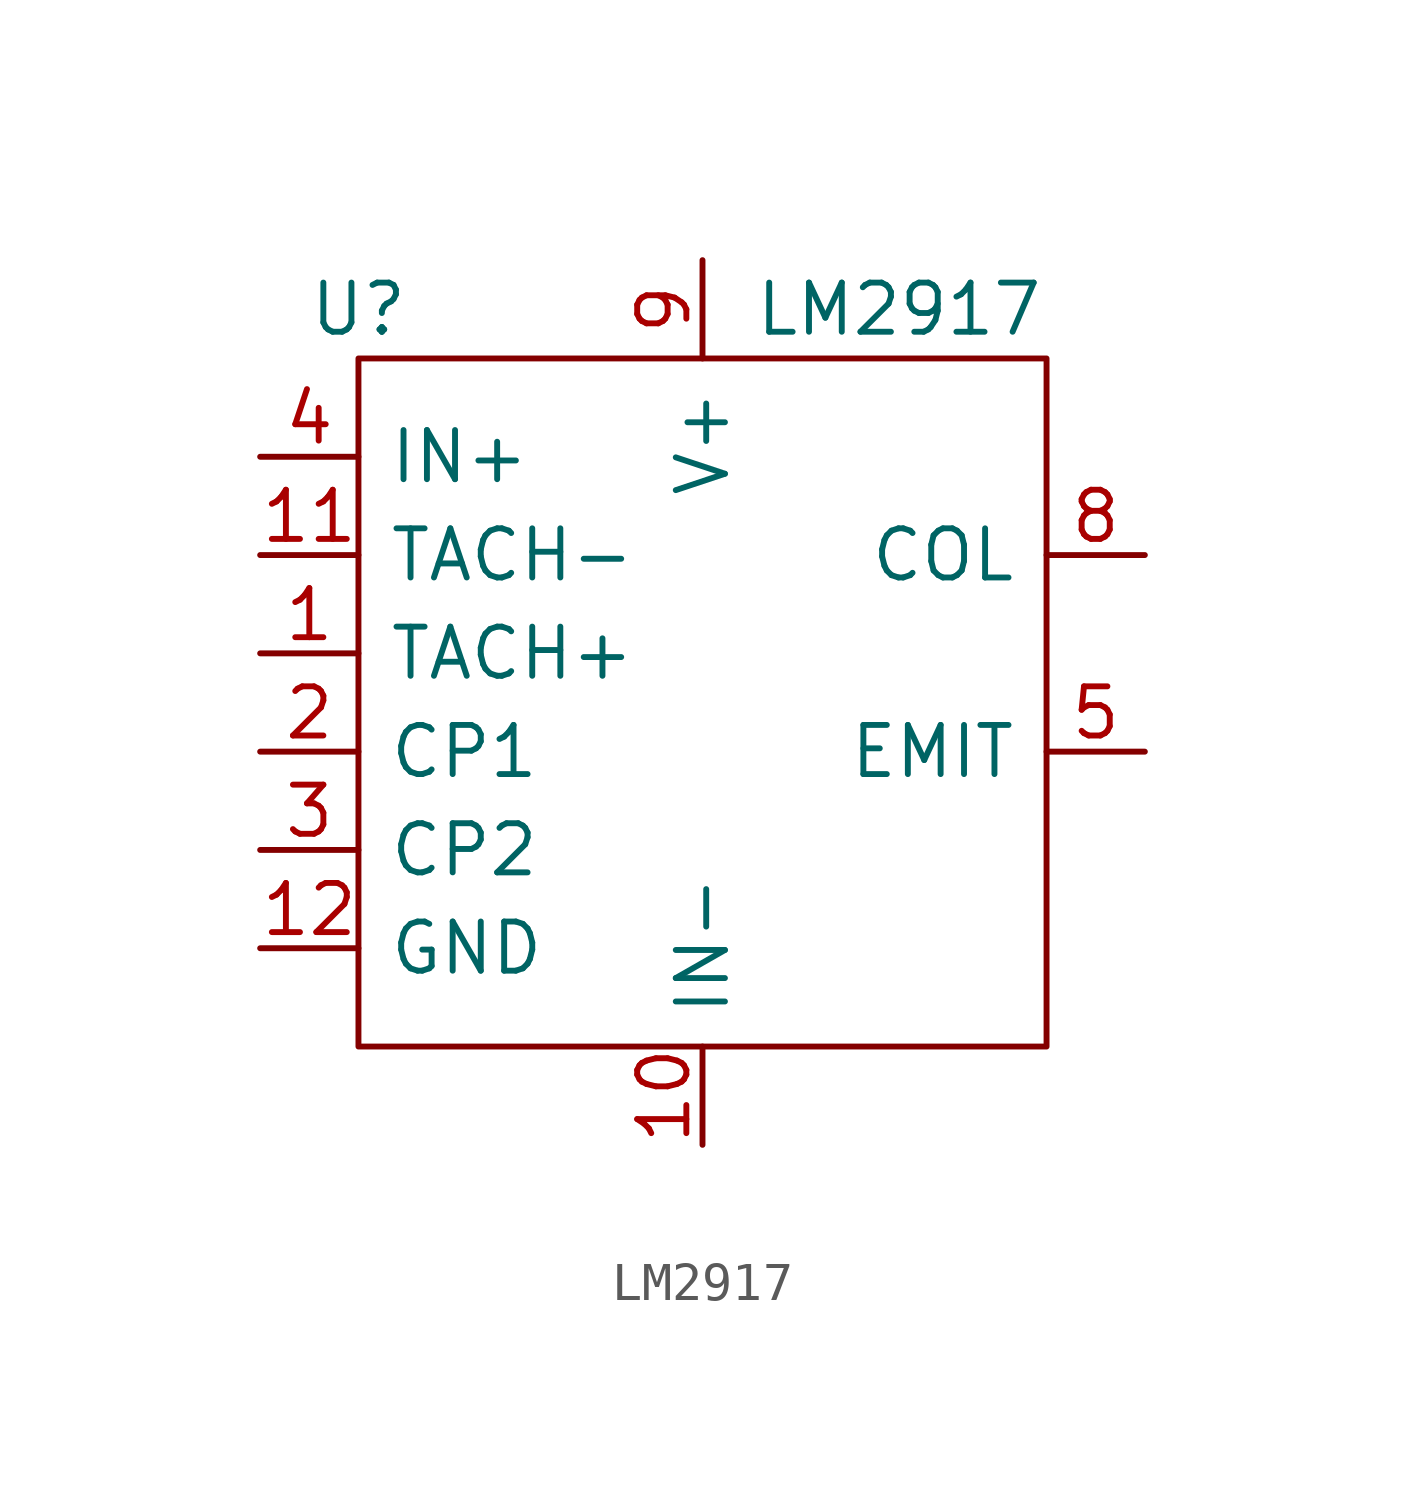
<source format=kicad_sym>
(kicad_symbol_lib
  (version 20211014)
  (generator kicad_symbol_editor)
  (symbol "LM2917"
    (pin_names
      (offset 0.762))
    (property "Reference" "U"
      (at -6.35 7.62 0)
      (effects (font (size 1.27 1.27))))
    (property "Value" "LM2917"
      (at 7.62 7.62 0)
      (effects (font (size 1.27 1.27))))
    (symbol "LM2917_0_1"
      (rectangle (start -6.35 6.35) (end 11.43 -11.43) (stroke (width 0) (type default) (color 0 0 0 0)) (fill (type none))))
    (symbol "LM2917_1_1"
      (pin input line (at -8.89 -1.27 0) (length 2.54) (name "TACH+" (effects (font (size 1.27 1.27)))) (number "1" (effects (font (size 1.27 1.27)))))
      (pin input line (at 2.54 -13.97 90) (length 2.54) (name "IN-" (effects (font (size 1.27 1.27)))) (number "10" (effects (font (size 1.27 1.27)))))
      (pin input line (at -8.89 1.27 0) (length 2.54) (name "TACH-" (effects (font (size 1.27 1.27)))) (number "11" (effects (font (size 1.27 1.27)))))
      (pin power_in line (at -8.89 -8.89 0) (length 2.54) (name "GND" (effects (font (size 1.27 1.27)))) (number "12" (effects (font (size 1.27 1.27)))))
      (pin no_connect line (at 13.97 -6.35 180) (length 2.54) hide (name "" (effects (font (size 1.27 1.27)))) (number "13" (effects (font (size 1.27 1.27)))))
      (pin no_connect line (at 13.97 -8.89 180) (length 2.54) hide (name "" (effects (font (size 1.27 1.27)))) (number "14" (effects (font (size 1.27 1.27)))))
      (pin output line (at -8.89 -3.81 0) (length 2.54) (name "CP1" (effects (font (size 1.27 1.27)))) (number "2" (effects (font (size 1.27 1.27)))))
      (pin output line (at -8.89 -6.35 0) (length 2.54) (name "CP2" (effects (font (size 1.27 1.27)))) (number "3" (effects (font (size 1.27 1.27)))))
      (pin input line (at -8.89 3.81 0) (length 2.54) (name "IN+" (effects (font (size 1.27 1.27)))) (number "4" (effects (font (size 1.27 1.27)))))
      (pin output line (at 13.97 -3.81 180) (length 2.54) (name "EMIT" (effects (font (size 1.27 1.27)))) (number "5" (effects (font (size 1.27 1.27)))))
      (pin no_connect line (at 13.97 3.81 180) (length 2.54) hide (name "" (effects (font (size 1.27 1.27)))) (number "6" (effects (font (size 1.27 1.27)))))
      (pin no_connect line (at 13.97 -1.27 180) (length 2.54) hide (name "" (effects (font (size 1.27 1.27)))) (number "7" (effects (font (size 1.27 1.27)))))
      (pin output line (at 13.97 1.27 180) (length 2.54) (name "COL" (effects (font (size 1.27 1.27)))) (number "8" (effects (font (size 1.27 1.27)))))
      (pin power_in line (at 2.54 8.89 270) (length 2.54) (name "V+" (effects (font (size 1.27 1.27)))) (number "9" (effects (font (size 1.27 1.27))))))))
</source>
